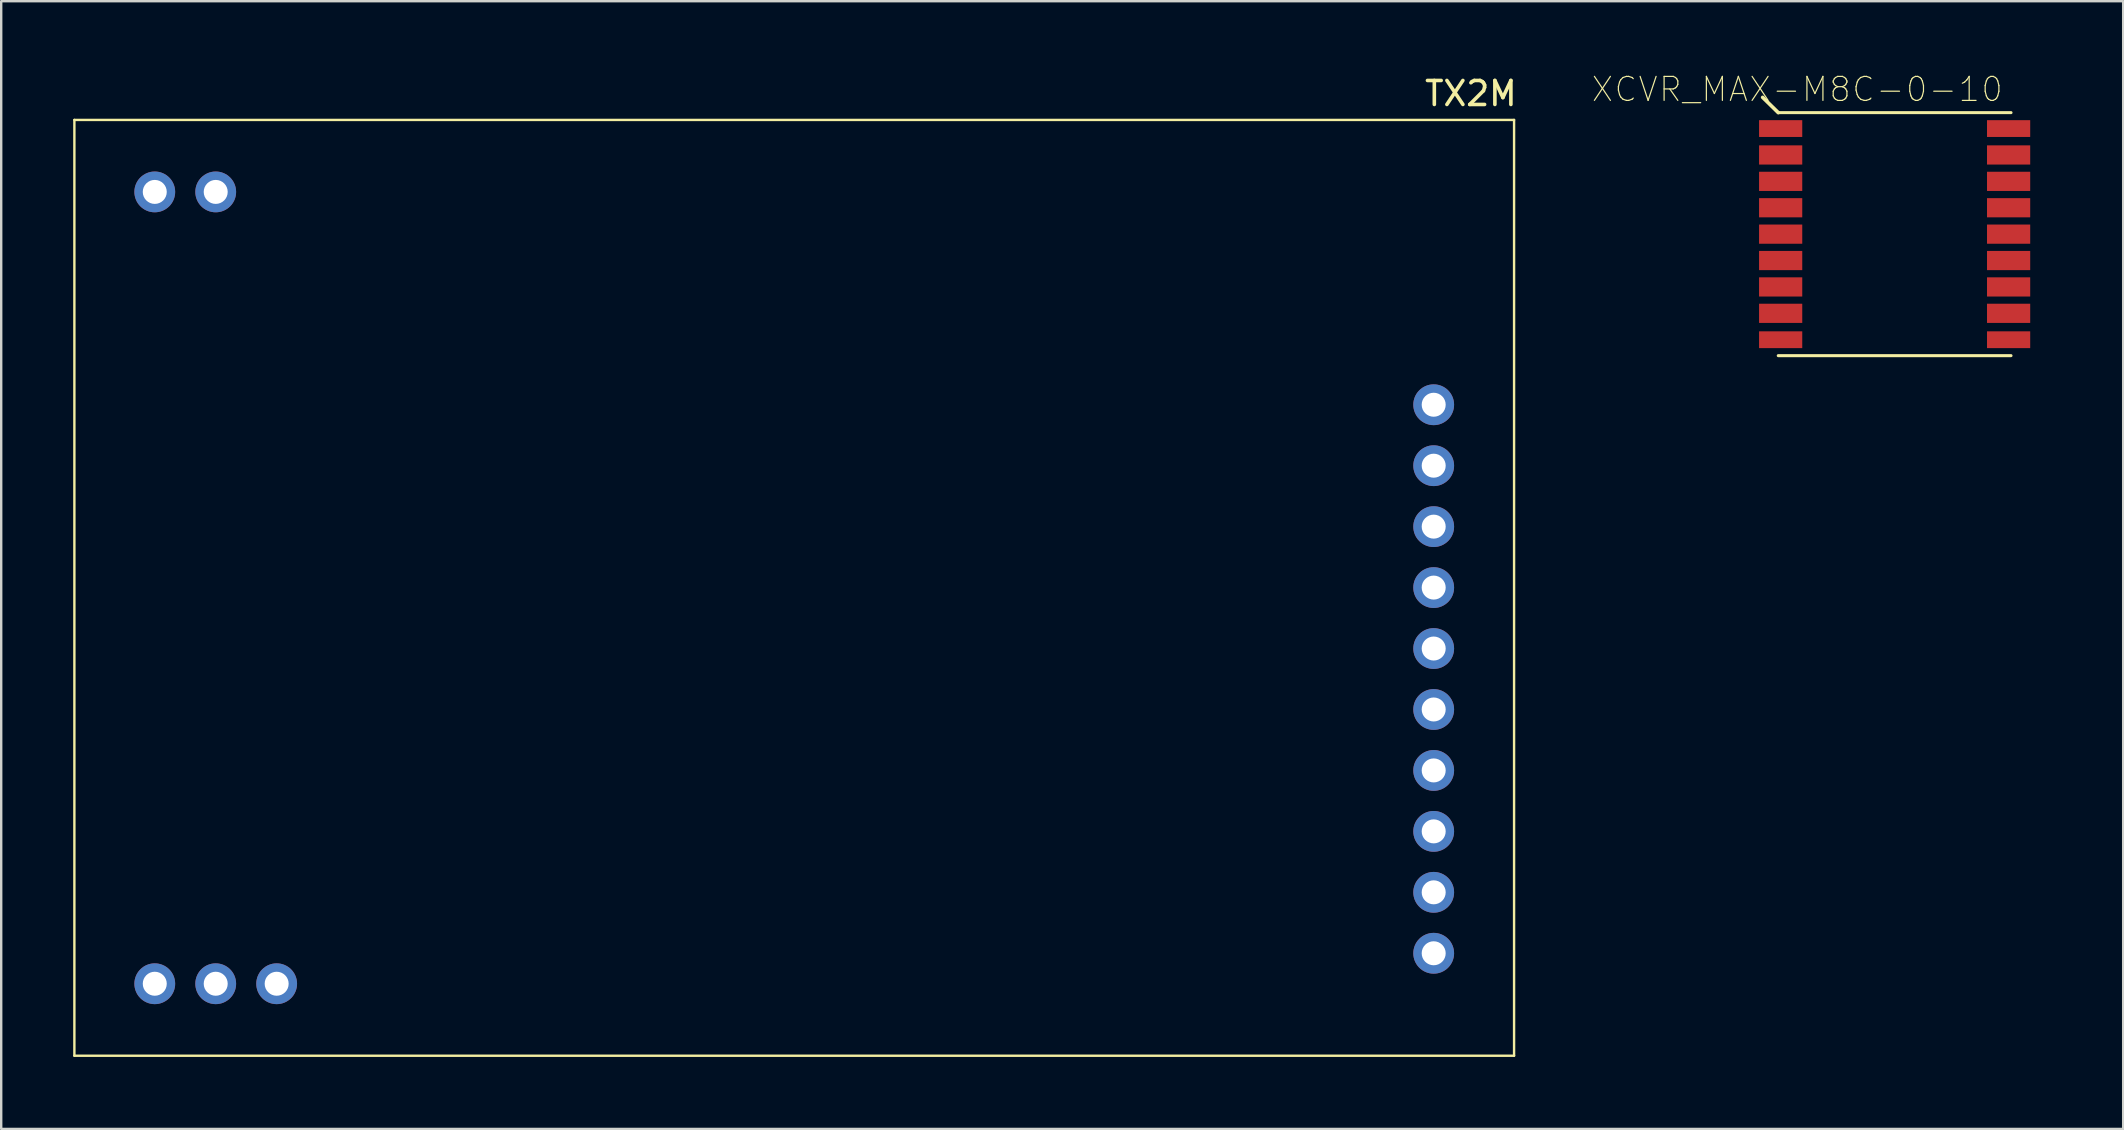
<source format=kicad_pcb>
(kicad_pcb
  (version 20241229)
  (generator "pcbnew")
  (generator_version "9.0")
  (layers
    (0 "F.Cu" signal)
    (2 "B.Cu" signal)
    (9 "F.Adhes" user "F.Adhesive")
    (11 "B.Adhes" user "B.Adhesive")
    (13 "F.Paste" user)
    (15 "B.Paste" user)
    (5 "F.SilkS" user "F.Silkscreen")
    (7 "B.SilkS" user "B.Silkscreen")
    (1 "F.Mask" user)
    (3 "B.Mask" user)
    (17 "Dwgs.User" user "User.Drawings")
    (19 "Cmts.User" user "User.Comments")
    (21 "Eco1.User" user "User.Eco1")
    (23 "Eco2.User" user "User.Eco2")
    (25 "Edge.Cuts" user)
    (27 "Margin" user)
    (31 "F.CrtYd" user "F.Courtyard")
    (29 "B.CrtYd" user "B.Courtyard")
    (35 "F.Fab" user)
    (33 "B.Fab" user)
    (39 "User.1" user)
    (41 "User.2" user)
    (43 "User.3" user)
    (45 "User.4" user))
  (footprint "TX2M"
    (layer "F.Cu")
    (at 30.05 21.448)
    (property "Reference" "TX2M" (at 28.2 -20.6 0) (layer "F.SilkS") (effects (font (size 1 1) (thickness 0.15))))
    (attr through_hole)
    (fp_line (start -30 -19.5) (end 30 -19.5) (stroke (width 0.1) (type solid)) (layer "F.SilkS"))
    (fp_line (start -30 19.5) (end -30 -19.5) (stroke (width 0.1) (type solid)) (layer "F.SilkS"))
    (fp_line (start 30 -19.5) (end 30 19.5) (stroke (width 0.1) (type solid)) (layer "F.SilkS"))
    (fp_line (start 30 19.5) (end -30 19.5) (stroke (width 0.1) (type solid)) (layer "F.SilkS"))
    (pad "1A" thru_hole circle (at -24.11 -16.5) (size 1.7 1.7) (drill 1) (layers "*.Cu" "*.Mask"))
    (pad "1B" thru_hole circle (at -21.57 16.5) (size 1.7 1.7) (drill 1) (layers "*.Cu" "*.Mask"))
    (pad "1C" thru_hole circle (at 26.65 -7.63) (size 1.7 1.7) (drill 1) (layers "*.Cu" "*.Mask"))
    (pad "2A" thru_hole circle (at -26.65 -16.5) (size 1.7 1.7) (drill 1) (layers "*.Cu" "*.Mask"))
    (pad "2B" thru_hole circle (at -24.11 16.5) (size 1.7 1.7) (drill 1) (layers "*.Cu" "*.Mask"))
    (pad "2C" thru_hole circle (at 26.65 -5.09) (size 1.7 1.7) (drill 1) (layers "*.Cu" "*.Mask"))
    (pad "3B" thru_hole circle (at -26.65 16.5) (size 1.7 1.7) (drill 1) (layers "*.Cu" "*.Mask"))
    (pad "3C" thru_hole circle (at 26.65 -2.55) (size 1.7 1.7) (drill 1) (layers "*.Cu" "*.Mask"))
    (pad "4C" thru_hole circle (at 26.65 -0.01) (size 1.7 1.7) (drill 1) (layers "*.Cu" "*.Mask"))
    (pad "5C" thru_hole circle (at 26.65 2.53) (size 1.7 1.7) (drill 1) (layers "*.Cu" "*.Mask"))
    (pad "6C" thru_hole circle (at 26.65 5.07) (size 1.7 1.7) (drill 1) (layers "*.Cu" "*.Mask"))
    (pad "7C" thru_hole circle (at 26.65 7.61) (size 1.7 1.7) (drill 1) (layers "*.Cu" "*.Mask"))
    (pad "8C" thru_hole circle (at 26.65 10.15) (size 1.7 1.7) (drill 1) (layers "*.Cu" "*.Mask"))
    (pad "9C" thru_hole circle (at 26.65 12.69) (size 1.7 1.7) (drill 1) (layers "*.Cu" "*.Mask"))
    (pad "10C" thru_hole circle (at 26.65 15.23) (size 1.7 1.7) (drill 1) (layers "*.Cu" "*.Mask")))
  (footprint "XCVR_MAX-M8C-0-10"
    (layer "F.Cu")
    (at 75.91 6.708)
    (property "Reference" "XCVR_MAX-M8C-0-10" (at -4.06 -6.035 0) (layer "F.SilkS") (effects (font (size 1 1) (thickness 0.05))))
    (attr smd)
    (fp_poly (pts (xy -5.65 -4.75) (xy -3.85 -4.75) (xy -3.85 -4.05) (xy -5.65 -4.05)) (stroke (width 0) (type solid)) (fill yes) (layer "F.Mask"))
    (fp_poly (pts (xy -5.65 -3.7) (xy -3.85 -3.7) (xy -3.85 -2.9) (xy -5.65 -2.9)) (stroke (width 0) (type solid)) (fill yes) (layer "F.Mask"))
    (fp_poly (pts (xy -5.65 -2.6) (xy -3.85 -2.6) (xy -3.85 -1.8) (xy -5.65 -1.8)) (stroke (width 0) (type solid)) (fill yes) (layer "F.Mask"))
    (fp_poly (pts (xy -5.65 -1.5) (xy -3.85 -1.5) (xy -3.85 -0.7) (xy -5.65 -0.7)) (stroke (width 0) (type solid)) (fill yes) (layer "F.Mask"))
    (fp_poly (pts (xy -5.65 -0.4) (xy -3.85 -0.4) (xy -3.85 0.4) (xy -5.65 0.4)) (stroke (width 0) (type solid)) (fill yes) (layer "F.Mask"))
    (fp_poly (pts (xy -5.65 0.7) (xy -3.85 0.7) (xy -3.85 1.5) (xy -5.65 1.5)) (stroke (width 0) (type solid)) (fill yes) (layer "F.Mask"))
    (fp_poly (pts (xy -5.65 1.8) (xy -3.85 1.8) (xy -3.85 2.6) (xy -5.65 2.6)) (stroke (width 0) (type solid)) (fill yes) (layer "F.Mask"))
    (fp_poly (pts (xy -5.65 2.9) (xy -3.85 2.9) (xy -3.85 3.7) (xy -5.65 3.7)) (stroke (width 0) (type solid)) (fill yes) (layer "F.Mask"))
    (fp_poly (pts (xy -5.65 4.05) (xy -3.85 4.05) (xy -3.85 4.75) (xy -5.65 4.75)) (stroke (width 0) (type solid)) (fill yes) (layer "F.Mask"))
    (fp_poly (pts (xy 3.85 -4.75) (xy 5.65 -4.75) (xy 5.65 -4.05) (xy 3.85 -4.05)) (stroke (width 0) (type solid)) (fill yes) (layer "F.Mask"))
    (fp_poly (pts (xy 3.85 -3.7) (xy 5.65 -3.7) (xy 5.65 -2.9) (xy 3.85 -2.9)) (stroke (width 0) (type solid)) (fill yes) (layer "F.Mask"))
    (fp_poly (pts (xy 3.85 -2.6) (xy 5.65 -2.6) (xy 5.65 -1.8) (xy 3.85 -1.8)) (stroke (width 0) (type solid)) (fill yes) (layer "F.Mask"))
    (fp_poly (pts (xy 3.85 -1.5) (xy 5.65 -1.5) (xy 5.65 -0.7) (xy 3.85 -0.7)) (stroke (width 0) (type solid)) (fill yes) (layer "F.Mask"))
    (fp_poly (pts (xy 3.85 -0.4) (xy 5.65 -0.4) (xy 5.65 0.4) (xy 3.85 0.4)) (stroke (width 0) (type solid)) (fill yes) (layer "F.Mask"))
    (fp_poly (pts (xy 3.85 0.7) (xy 5.65 0.7) (xy 5.65 1.5) (xy 3.85 1.5)) (stroke (width 0) (type solid)) (fill yes) (layer "F.Mask"))
    (fp_poly (pts (xy 3.85 1.8) (xy 5.65 1.8) (xy 5.65 2.6) (xy 3.85 2.6)) (stroke (width 0) (type solid)) (fill yes) (layer "F.Mask"))
    (fp_poly (pts (xy 3.85 2.9) (xy 5.65 2.9) (xy 5.65 3.7) (xy 3.85 3.7)) (stroke (width 0) (type solid)) (fill yes) (layer "F.Mask"))
    (fp_poly (pts (xy 3.85 4.05) (xy 5.65 4.05) (xy 5.65 4.75) (xy 3.85 4.75)) (stroke (width 0) (type solid)) (fill yes) (layer "F.Mask"))
    (fp_line (start -4.85 -5.064) (end -5.5 -5.7) (stroke (width 0.15) (type solid)) (layer "F.SilkS"))
    (fp_line (start -4.85 -5.064) (end 4.85 -5.064) (stroke (width 0.127) (type solid)) (layer "F.SilkS"))
    (fp_line (start -4.85 5.064) (end 4.85 5.064) (stroke (width 0.127) (type solid)) (layer "F.SilkS"))
    (fp_poly (pts (xy -6.25 -4.75) (xy -4.85 -4.75) (xy -4.85 -4.65) (xy -3.95 -4.65) (xy -3.95 -4.15) (xy -4.85 -4.15) (xy -4.85 -4.05) (xy -6.25 -4.05)) (stroke (width 0.0001) (type solid)) (fill yes) (layer "F.Paste"))
    (fp_poly (pts (xy -6.25 -3.7) (xy -4.85 -3.7) (xy -4.85 -3.6) (xy -3.95 -3.6) (xy -3.95 -3) (xy -4.85 -3) (xy -4.85 -2.9) (xy -6.25 -2.9)) (stroke (width 0.0001) (type solid)) (fill yes) (layer "F.Paste"))
    (fp_poly (pts (xy -6.25 -2.6) (xy -4.85 -2.6) (xy -4.85 -2.5) (xy -3.95 -2.5) (xy -3.95 -1.9) (xy -4.85 -1.9) (xy -4.85 -1.8) (xy -6.25 -1.8)) (stroke (width 0.0001) (type solid)) (fill yes) (layer "F.Paste"))
    (fp_poly (pts (xy -6.25 -1.5) (xy -4.85 -1.5) (xy -4.85 -1.4) (xy -3.95 -1.4) (xy -3.95 -0.8) (xy -4.85 -0.8) (xy -4.85 -0.7) (xy -6.25 -0.7)) (stroke (width 0.0001) (type solid)) (fill yes) (layer "F.Paste"))
    (fp_poly (pts (xy -6.25 -0.4) (xy -4.85 -0.4) (xy -4.85 -0.3) (xy -3.95 -0.3) (xy -3.95 0.3) (xy -4.85 0.3) (xy -4.85 0.4) (xy -6.25 0.4)) (stroke (width 0.0001) (type solid)) (fill yes) (layer "F.Paste"))
    (fp_poly (pts (xy -6.25 0.7) (xy -4.85 0.7) (xy -4.85 0.8) (xy -3.95 0.8) (xy -3.95 1.4) (xy -4.85 1.4) (xy -4.85 1.5) (xy -6.25 1.5)) (stroke (width 0.0001) (type solid)) (fill yes) (layer "F.Paste"))
    (fp_poly (pts (xy -6.25 1.8) (xy -4.85 1.8) (xy -4.85 1.9) (xy -3.95 1.9) (xy -3.95 2.5) (xy -4.85 2.5) (xy -4.85 2.6) (xy -6.25 2.6)) (stroke (width 0.0001) (type solid)) (fill yes) (layer "F.Paste"))
    (fp_poly (pts (xy -6.25 2.9) (xy -4.85 2.9) (xy -4.85 3) (xy -3.95 3) (xy -3.95 3.6) (xy -4.85 3.6) (xy -4.85 3.7) (xy -6.25 3.7)) (stroke (width 0.0001) (type solid)) (fill yes) (layer "F.Paste"))
    (fp_poly (pts (xy -6.25 4.05) (xy -4.85 4.05) (xy -4.85 4.15) (xy -3.95 4.15) (xy -3.95 4.65) (xy -4.85 4.65) (xy -4.85 4.75) (xy -6.25 4.75)) (stroke (width 0.0001) (type solid)) (fill yes) (layer "F.Paste"))
    (fp_poly (pts (xy 6.25 -4.05) (xy 4.85 -4.05) (xy 4.85 -4.15) (xy 3.95 -4.15) (xy 3.95 -4.65) (xy 4.85 -4.65) (xy 4.85 -4.75) (xy 6.25 -4.75)) (stroke (width 0.0001) (type solid)) (fill yes) (layer "F.Paste"))
    (fp_poly (pts (xy 6.25 -2.9) (xy 4.85 -2.9) (xy 4.85 -3) (xy 3.95 -3) (xy 3.95 -3.6) (xy 4.85 -3.6) (xy 4.85 -3.7) (xy 6.25 -3.7)) (stroke (width 0.0001) (type solid)) (fill yes) (layer "F.Paste"))
    (fp_poly (pts (xy 6.25 -1.8) (xy 4.85 -1.8) (xy 4.85 -1.9) (xy 3.95 -1.9) (xy 3.95 -2.5) (xy 4.85 -2.5) (xy 4.85 -2.6) (xy 6.25 -2.6)) (stroke (width 0.0001) (type solid)) (fill yes) (layer "F.Paste"))
    (fp_poly (pts (xy 6.25 -0.7) (xy 4.85 -0.7) (xy 4.85 -0.8) (xy 3.95 -0.8) (xy 3.95 -1.4) (xy 4.85 -1.4) (xy 4.85 -1.5) (xy 6.25 -1.5)) (stroke (width 0.0001) (type solid)) (fill yes) (layer "F.Paste"))
    (fp_poly (pts (xy 6.25 0.4) (xy 4.85 0.4) (xy 4.85 0.3) (xy 3.95 0.3) (xy 3.95 -0.3) (xy 4.85 -0.3) (xy 4.85 -0.4) (xy 6.25 -0.4)) (stroke (width 0.0001) (type solid)) (fill yes) (layer "F.Paste"))
    (fp_poly (pts (xy 6.25 1.5) (xy 4.85 1.5) (xy 4.85 1.4) (xy 3.95 1.4) (xy 3.95 0.8) (xy 4.85 0.8) (xy 4.85 0.7) (xy 6.25 0.7)) (stroke (width 0.0001) (type solid)) (fill yes) (layer "F.Paste"))
    (fp_poly (pts (xy 6.25 2.6) (xy 4.85 2.6) (xy 4.85 2.5) (xy 3.95 2.5) (xy 3.95 1.9) (xy 4.85 1.9) (xy 4.85 1.8) (xy 6.25 1.8)) (stroke (width 0.0001) (type solid)) (fill yes) (layer "F.Paste"))
    (fp_poly (pts (xy 6.25 3.7) (xy 4.85 3.7) (xy 4.85 3.6) (xy 3.95 3.6) (xy 3.95 3) (xy 4.85 3) (xy 4.85 2.9) (xy 6.25 2.9)) (stroke (width 0.0001) (type solid)) (fill yes) (layer "F.Paste"))
    (fp_poly (pts (xy 6.25 4.75) (xy 4.85 4.75) (xy 4.85 4.65) (xy 3.95 4.65) (xy 3.95 4.15) (xy 4.85 4.15) (xy 4.85 4.05) (xy 6.25 4.05)) (stroke (width 0.0001) (type solid)) (fill yes) (layer "F.Paste"))
    (fp_line (start -6.5 -5.3) (end 6.5 -5.3) (stroke (width 0.05) (type solid)) (layer "Eco1.User"))
    (fp_line (start -6.5 5.3) (end -6.5 -5.3) (stroke (width 0.05) (type solid)) (layer "Eco1.User"))
    (fp_line (start 6.5 -5.3) (end 6.5 5.3) (stroke (width 0.05) (type solid)) (layer "Eco1.User"))
    (fp_line (start 6.5 5.3) (end -6.5 5.3) (stroke (width 0.05) (type solid)) (layer "Eco1.User"))
    (fp_line (start -4.85 -5.05) (end 4.85 -5.05) (stroke (width 0.127) (type solid)) (layer "Eco2.User"))
    (fp_line (start -4.85 5.05) (end -4.85 -5.05) (stroke (width 0.127) (type solid)) (layer "Eco2.User"))
    (fp_line (start 4.85 -5.05) (end 4.85 5.05) (stroke (width 0.127) (type solid)) (layer "Eco2.User"))
    (fp_line (start 4.85 5.05) (end -4.85 5.05) (stroke (width 0.127) (type solid)) (layer "Eco2.User"))
    (pad "1" smd rect (at -4.75 -4.4) (size 1.8 0.7) (layers "F.Cu" "F.Mask" "F.Paste"))
    (pad "2" smd rect (at -4.75 -3.3) (size 1.8 0.8) (layers "F.Cu" "F.Mask" "F.Paste"))
    (pad "3" smd rect (at -4.75 -2.2) (size 1.8 0.8) (layers "F.Cu" "F.Mask" "F.Paste"))
    (pad "4" smd rect (at -4.75 -1.1) (size 1.8 0.8) (layers "F.Cu" "F.Mask" "F.Paste"))
    (pad "5" smd rect (at -4.75 0) (size 1.8 0.8) (layers "F.Cu" "F.Mask" "F.Paste"))
    (pad "6" smd rect (at -4.75 1.1) (size 1.8 0.8) (layers "F.Cu" "F.Mask" "F.Paste"))
    (pad "7" smd rect (at -4.75 2.2) (size 1.8 0.8) (layers "F.Cu" "F.Mask" "F.Paste"))
    (pad "8" smd rect (at -4.75 3.3) (size 1.8 0.8) (layers "F.Cu" "F.Mask" "F.Paste"))
    (pad "9" smd rect (at -4.75 4.4) (size 1.8 0.7) (layers "F.Cu" "F.Mask" "F.Paste"))
    (pad "10" smd rect (at 4.75 4.4 180) (size 1.8 0.7) (layers "F.Cu" "F.Mask" "F.Paste"))
    (pad "11" smd rect (at 4.75 3.3 180) (size 1.8 0.8) (layers "F.Cu" "F.Mask" "F.Paste"))
    (pad "12" smd rect (at 4.75 2.2 180) (size 1.8 0.8) (layers "F.Cu" "F.Mask" "F.Paste"))
    (pad "13" smd rect (at 4.75 1.1 180) (size 1.8 0.8) (layers "F.Cu" "F.Mask" "F.Paste"))
    (pad "14" smd rect (at 4.75 0 180) (size 1.8 0.8) (layers "F.Cu" "F.Mask" "F.Paste"))
    (pad "15" smd rect (at 4.75 -1.1 180) (size 1.8 0.8) (layers "F.Cu" "F.Mask" "F.Paste"))
    (pad "16" smd rect (at 4.75 -2.2 180) (size 1.8 0.8) (layers "F.Cu" "F.Mask" "F.Paste"))
    (pad "17" smd rect (at 4.75 -3.3 180) (size 1.8 0.8) (layers "F.Cu" "F.Mask" "F.Paste"))
    (pad "18" smd rect (at 4.75 -4.4 180) (size 1.8 0.7) (layers "F.Cu" "F.Mask" "F.Paste")))
  (gr_rect
    (start -3 -3)
    (end 85.435 43.998)
    (stroke (width 0.1) (type default))
    (fill no)
    (layer "Edge.Cuts")))
</source>
